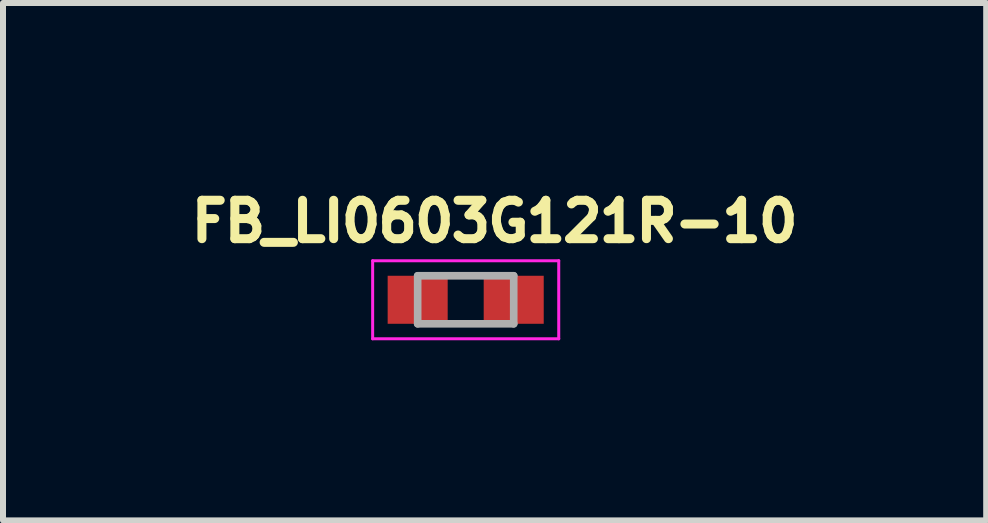
<source format=kicad_pcb>
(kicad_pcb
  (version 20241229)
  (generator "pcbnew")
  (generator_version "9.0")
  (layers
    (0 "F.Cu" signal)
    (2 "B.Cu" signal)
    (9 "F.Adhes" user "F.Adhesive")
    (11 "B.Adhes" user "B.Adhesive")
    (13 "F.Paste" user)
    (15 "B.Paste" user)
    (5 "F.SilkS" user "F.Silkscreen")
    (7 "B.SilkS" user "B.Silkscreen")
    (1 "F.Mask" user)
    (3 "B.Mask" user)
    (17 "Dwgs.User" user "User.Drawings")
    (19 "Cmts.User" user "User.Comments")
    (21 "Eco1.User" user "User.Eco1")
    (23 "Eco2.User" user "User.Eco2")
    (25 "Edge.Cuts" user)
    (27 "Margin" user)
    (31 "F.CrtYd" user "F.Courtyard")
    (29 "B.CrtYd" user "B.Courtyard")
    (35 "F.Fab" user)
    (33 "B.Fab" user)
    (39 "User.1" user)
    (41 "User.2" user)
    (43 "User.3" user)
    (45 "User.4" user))
  (footprint "FB_LI0603G121R-10"
    (layer "F.Cu")
    (at 4.708 1.944)
    (property "Reference" "FB_LI0603G121R-10" (at 0.482 -1.306 0) (layer "F.SilkS") (effects (font (size 0.64 0.64) (thickness 0.15))))
    (attr smd)
    (fp_line (start -1.55 -0.65) (end -1.55 0.65) (stroke (width 0.05) (type solid)) (layer "F.CrtYd"))
    (fp_line (start -1.55 0.65) (end 1.55 0.65) (stroke (width 0.05) (type solid)) (layer "F.CrtYd"))
    (fp_line (start 1.55 -0.65) (end -1.55 -0.65) (stroke (width 0.05) (type solid)) (layer "F.CrtYd"))
    (fp_line (start 1.55 0.65) (end 1.55 -0.65) (stroke (width 0.05) (type solid)) (layer "F.CrtYd"))
    (fp_line (start -0.8 -0.4) (end -0.8 0.4) (stroke (width 0.127) (type solid)) (layer "F.Fab"))
    (fp_line (start -0.8 -0.4) (end 0.8 -0.4) (stroke (width 0.127) (type solid)) (layer "F.Fab"))
    (fp_line (start -0.8 0.4) (end 0.8 0.4) (stroke (width 0.127) (type solid)) (layer "F.Fab"))
    (fp_line (start 0.8 -0.4) (end 0.8 0.4) (stroke (width 0.127) (type solid)) (layer "F.Fab"))
    (pad "1" smd rect (at -0.8 0) (size 1 0.8) (layers "F.Cu" "F.Mask" "F.Paste"))
    (pad "2" smd rect (at 0.8 0) (size 1 0.8) (layers "F.Cu" "F.Mask" "F.Paste")))
  (gr_rect
    (start -3 -3)
    (end 13.379 5.619)
    (stroke (width 0.1) (type default))
    (fill no)
    (layer "Edge.Cuts")))
</source>
